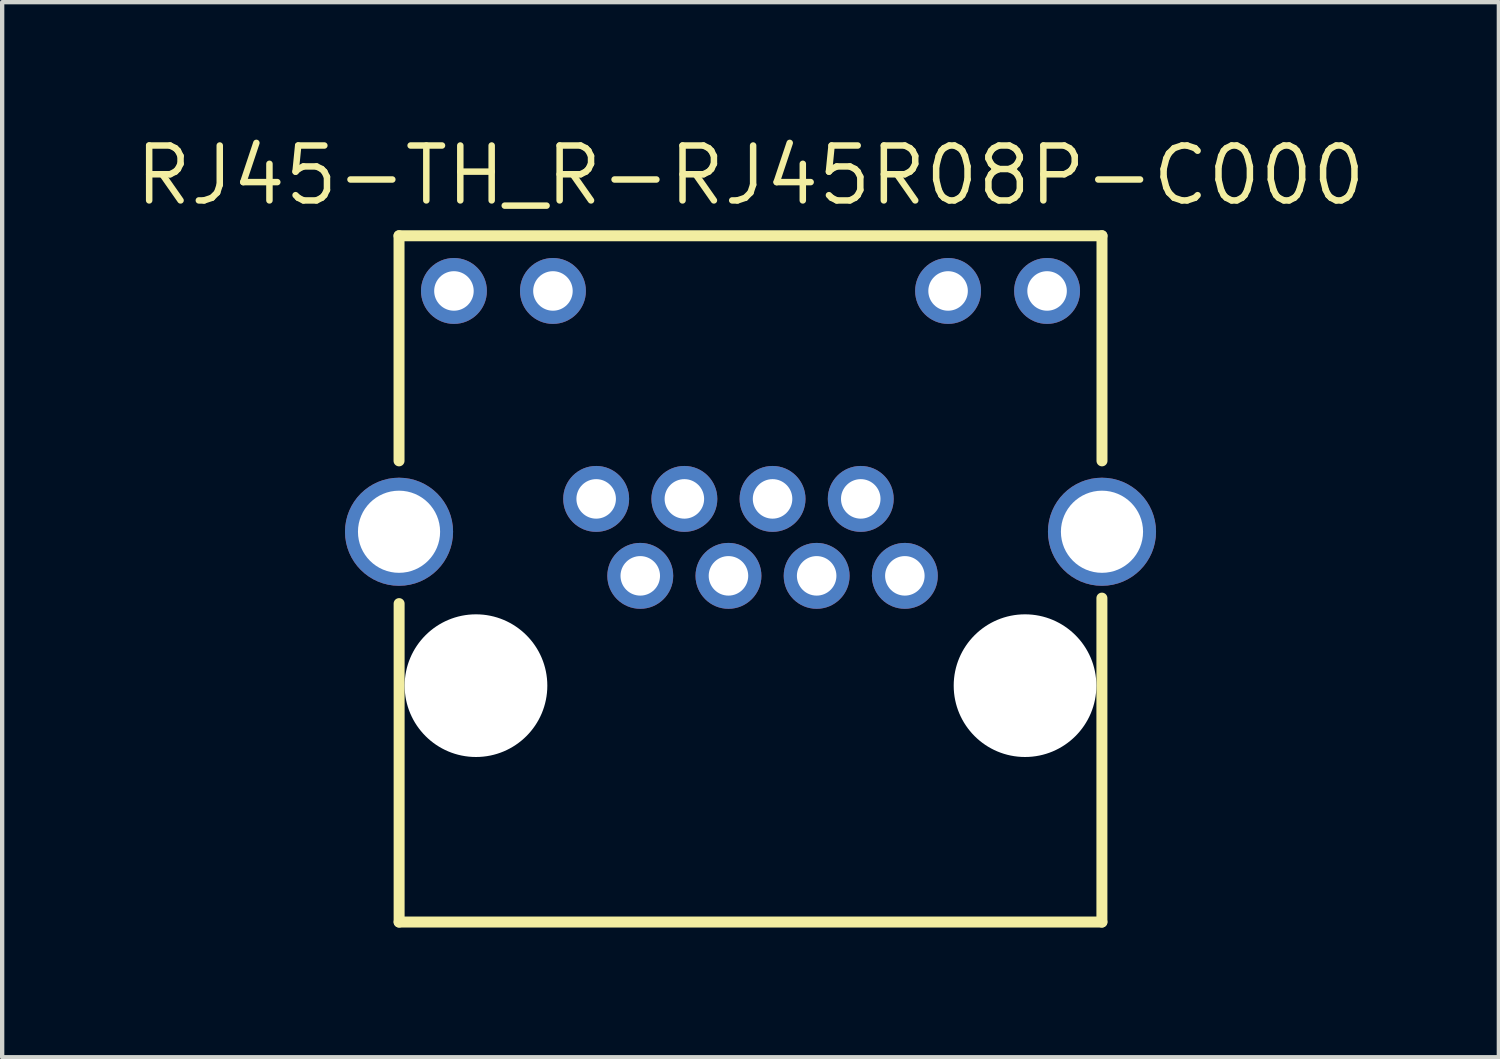
<source format=kicad_pcb>
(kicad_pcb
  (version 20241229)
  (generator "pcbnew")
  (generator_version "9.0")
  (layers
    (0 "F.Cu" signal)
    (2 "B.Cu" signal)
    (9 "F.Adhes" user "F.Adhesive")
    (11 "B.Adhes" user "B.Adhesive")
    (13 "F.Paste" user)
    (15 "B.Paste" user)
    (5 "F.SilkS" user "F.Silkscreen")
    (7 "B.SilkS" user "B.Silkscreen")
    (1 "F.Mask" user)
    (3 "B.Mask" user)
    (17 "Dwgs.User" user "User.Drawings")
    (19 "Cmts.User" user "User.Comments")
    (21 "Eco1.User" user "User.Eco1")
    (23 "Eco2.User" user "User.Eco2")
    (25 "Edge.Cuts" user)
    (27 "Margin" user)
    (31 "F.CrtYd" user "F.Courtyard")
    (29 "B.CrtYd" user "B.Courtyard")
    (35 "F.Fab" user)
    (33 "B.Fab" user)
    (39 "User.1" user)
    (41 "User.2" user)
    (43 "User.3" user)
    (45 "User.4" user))
  (footprint "RJ45-TH_R-RJ45R08P-C000"
    (layer "F.Cu")
    (at 14.31 6.975)
    (property "Reference" "RJ45-TH_R-RJ45R08P-C000" (at 0 -5.969 0) (layer "F.SilkS") (effects (font (size 1.27 1.27) (thickness 0.15))))
    (attr through_hole)
    (fp_line (start -8.13 -4.572) (end -8.13 0.635) (stroke (width 0.254) (type solid)) (layer "F.SilkS"))
    (fp_line (start -8.128 3.937) (end -8.128 11.303) (stroke (width 0.254) (type solid)) (layer "F.SilkS"))
    (fp_line (start -8.128 11.303) (end 8.128 11.303) (stroke (width 0.254) (type solid)) (layer "F.SilkS"))
    (fp_line (start 8.128 11.303) (end 8.128 3.81) (stroke (width 0.254) (type solid)) (layer "F.SilkS"))
    (fp_line (start 8.13 -4.572) (end -8.13 -4.572) (stroke (width 0.254) (type solid)) (layer "F.SilkS"))
    (fp_line (start 8.13 0.635) (end 8.13 -4.572) (stroke (width 0.254) (type solid)) (layer "F.SilkS"))
    (fp_circle (center -6.35 5.835) (end -5.6 5.835) (stroke (width 1.5) (type solid)) (fill no) (layer "Cmts.User"))
    (fp_circle (center 6.35 5.835) (end 7.1 5.835) (stroke (width 1.5) (type solid)) (fill no) (layer "Cmts.User"))
    (fp_text user "" (at 0 0 0) (layer "Cmts.User") (effects (font (size 1 1) (thickness 0.15))))
    (pad "" np_thru_hole circle (at -6.35 5.835) (size 3.3 3.3) (drill 3.3) (layers "*.Cu" "*.Mask"))
    (pad "" np_thru_hole circle (at 6.35 5.835) (size 3.3 3.3) (drill 3.3) (layers "*.Cu" "*.Mask"))
    (pad "1" thru_hole circle (at 3.57 3.295) (size 1.524 1.524) (drill 0.914) (layers "*.Cu" "*.Paste" "*.Mask"))
    (pad "2" thru_hole circle (at 2.55 1.515) (size 1.524 1.524) (drill 0.914) (layers "*.Cu" "*.Paste" "*.Mask"))
    (pad "3" thru_hole circle (at 1.53 3.295) (size 1.524 1.524) (drill 0.914) (layers "*.Cu" "*.Paste" "*.Mask"))
    (pad "4" thru_hole circle (at 0.51 1.515) (size 1.524 1.524) (drill 0.914) (layers "*.Cu" "*.Paste" "*.Mask"))
    (pad "5" thru_hole circle (at -0.51 3.295) (size 1.524 1.524) (drill 0.914) (layers "*.Cu" "*.Paste" "*.Mask"))
    (pad "6" thru_hole circle (at -1.53 1.515) (size 1.524 1.524) (drill 0.914) (layers "*.Cu" "*.Paste" "*.Mask"))
    (pad "7" thru_hole circle (at -2.55 3.295) (size 1.524 1.524) (drill 0.914) (layers "*.Cu" "*.Paste" "*.Mask"))
    (pad "8" thru_hole circle (at -3.57 1.515) (size 1.524 1.524) (drill 0.914) (layers "*.Cu" "*.Paste" "*.Mask"))
    (pad "9" thru_hole circle (at -6.86 -3.295) (size 1.524 1.524) (drill 0.914) (layers "*.Cu" "*.Paste" "*.Mask"))
    (pad "10" thru_hole circle (at -4.57 -3.295) (size 1.524 1.524) (drill 0.914) (layers "*.Cu" "*.Paste" "*.Mask"))
    (pad "11" thru_hole circle (at 4.57 -3.295) (size 1.524 1.524) (drill 0.914) (layers "*.Cu" "*.Paste" "*.Mask"))
    (pad "12" thru_hole circle (at 6.86 -3.295) (size 1.524 1.524) (drill 0.914) (layers "*.Cu" "*.Paste" "*.Mask"))
    (pad "13" thru_hole circle (at 8.13 2.275) (size 2.5 2.5) (drill 1.9) (layers "*.Cu" "*.Paste" "*.Mask"))
    (pad "14" thru_hole circle (at -8.13 2.275) (size 2.5 2.5) (drill 1.9) (layers "*.Cu" "*.Paste" "*.Mask")))
  (gr_rect
    (start -3 -3)
    (end 31.62 21.405)
    (stroke (width 0.1) (type default))
    (fill no)
    (layer "Edge.Cuts")))
</source>
